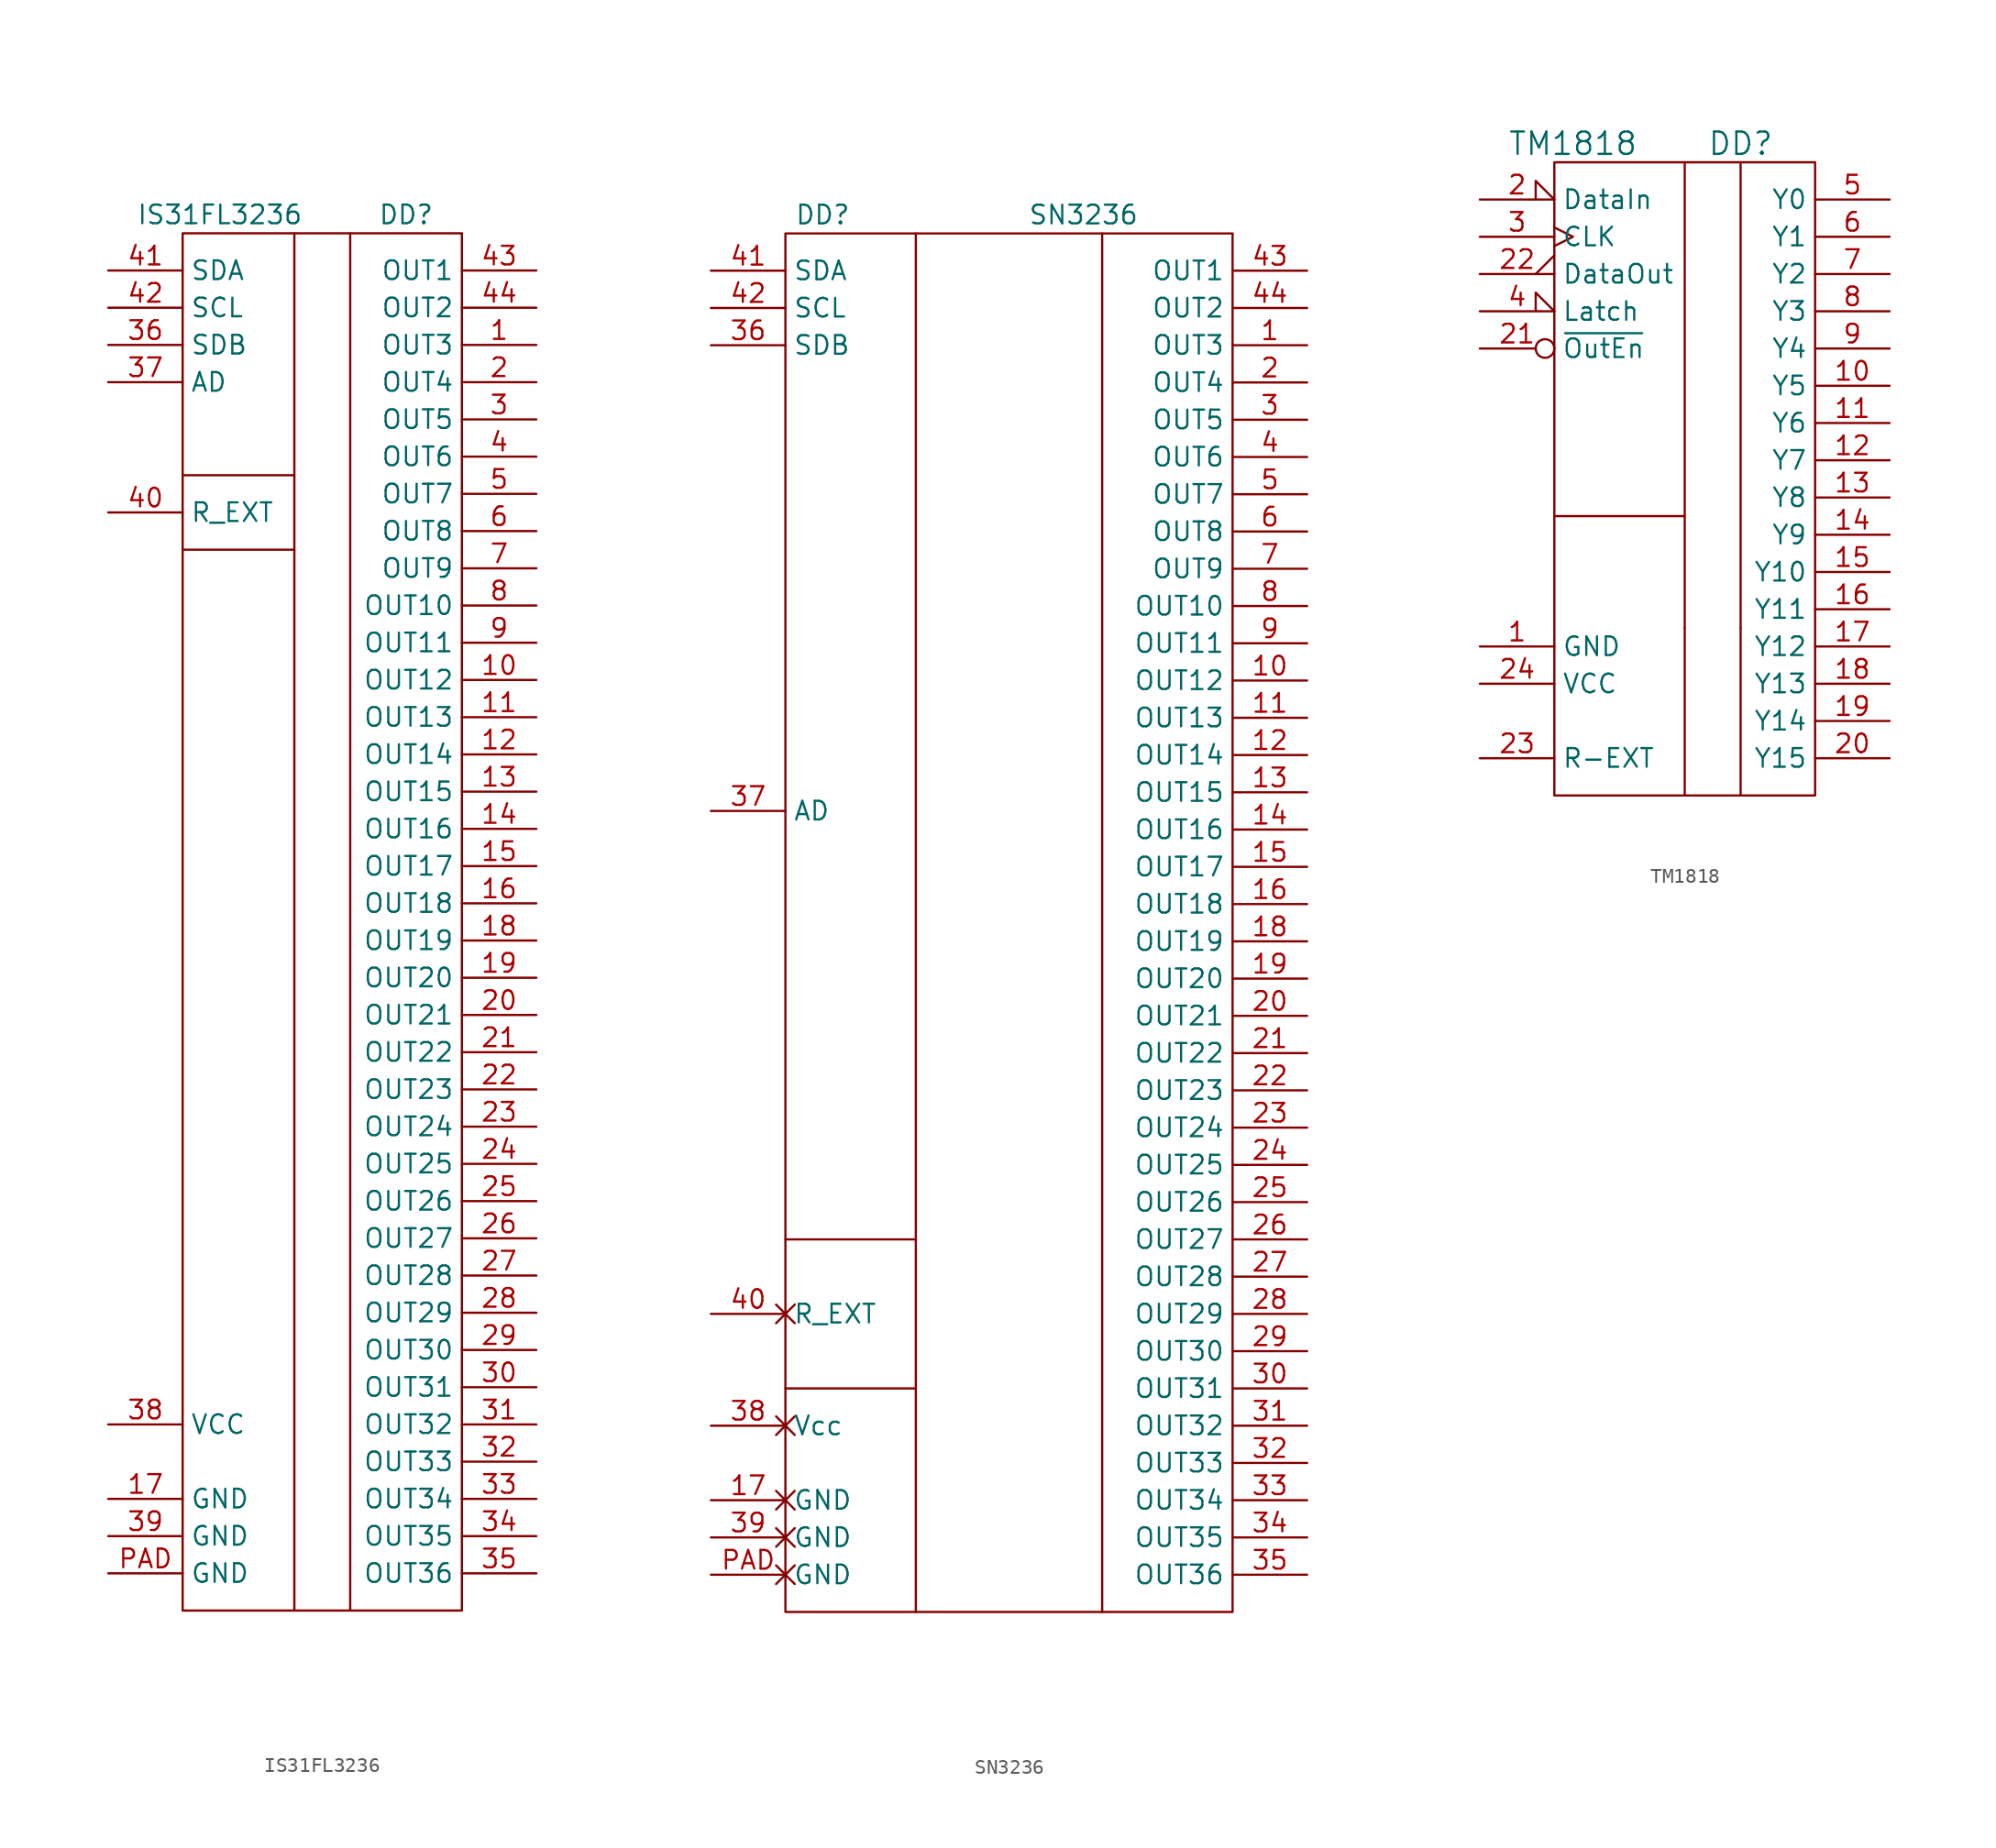
<source format=kicad_sym>
(kicad_symbol_lib
  (version 20231120)
  (generator "kicad_symbol_editor")
  (generator_version "8.0")
  (symbol "IS31FL3236"
    (property "Reference" "DD"
      (at 6.35 45.72 0)
      (effects (font (size 1.27 1.27))))
    (property "Value" "IS31FL3236"
      (at -6.35 45.72 0)
      (effects (font (size 1.27 1.27))))
    (symbol "IS31FL3236_0_1"
      (rectangle (start -8.89 44.45) (end 10.16 -49.53) (stroke (width 0) (type default)) (fill (type none)))
      (polyline (pts (xy -8.89 22.86) (xy -1.27 22.86)) (stroke (width 0) (type default)) (fill (type none)))
      (polyline (pts (xy -8.89 27.94) (xy -1.27 27.94)) (stroke (width 0) (type default)) (fill (type none)))
      (polyline (pts (xy -1.27 44.45) (xy -1.27 -49.53)) (stroke (width 0) (type default)) (fill (type none)))
      (polyline (pts (xy 2.54 -49.53) (xy 2.54 44.45)) (stroke (width 0) (type default)) (fill (type none))))
    (symbol "IS31FL3236_1_1"
      (pin passive line (at 15.24 36.83 180) (length 5.08) (name "OUT3" (effects (font (size 1.27 1.27)))) (number "1" (effects (font (size 1.27 1.27)))))
      (pin passive line (at 15.24 13.97 180) (length 5.08) (name "OUT12" (effects (font (size 1.27 1.27)))) (number "10" (effects (font (size 1.27 1.27)))))
      (pin passive line (at 15.24 11.43 180) (length 5.08) (name "OUT13" (effects (font (size 1.27 1.27)))) (number "11" (effects (font (size 1.27 1.27)))))
      (pin passive line (at 15.24 8.89 180) (length 5.08) (name "OUT14" (effects (font (size 1.27 1.27)))) (number "12" (effects (font (size 1.27 1.27)))))
      (pin passive line (at 15.24 6.35 180) (length 5.08) (name "OUT15" (effects (font (size 1.27 1.27)))) (number "13" (effects (font (size 1.27 1.27)))))
      (pin passive line (at 15.24 3.81 180) (length 5.08) (name "OUT16" (effects (font (size 1.27 1.27)))) (number "14" (effects (font (size 1.27 1.27)))))
      (pin passive line (at 15.24 1.27 180) (length 5.08) (name "OUT17" (effects (font (size 1.27 1.27)))) (number "15" (effects (font (size 1.27 1.27)))))
      (pin passive line (at 15.24 -1.27 180) (length 5.08) (name "OUT18" (effects (font (size 1.27 1.27)))) (number "16" (effects (font (size 1.27 1.27)))))
      (pin power_in line (at -13.97 -41.91 0) (length 5.08) (name "GND" (effects (font (size 1.27 1.27)))) (number "17" (effects (font (size 1.27 1.27)))))
      (pin passive line (at 15.24 -3.81 180) (length 5.08) (name "OUT19" (effects (font (size 1.27 1.27)))) (number "18" (effects (font (size 1.27 1.27)))))
      (pin passive line (at 15.24 -6.35 180) (length 5.08) (name "OUT20" (effects (font (size 1.27 1.27)))) (number "19" (effects (font (size 1.27 1.27)))))
      (pin passive line (at 15.24 34.29 180) (length 5.08) (name "OUT4" (effects (font (size 1.27 1.27)))) (number "2" (effects (font (size 1.27 1.27)))))
      (pin passive line (at 15.24 -8.89 180) (length 5.08) (name "OUT21" (effects (font (size 1.27 1.27)))) (number "20" (effects (font (size 1.27 1.27)))))
      (pin passive line (at 15.24 -11.43 180) (length 5.08) (name "OUT22" (effects (font (size 1.27 1.27)))) (number "21" (effects (font (size 1.27 1.27)))))
      (pin passive line (at 15.24 -13.97 180) (length 5.08) (name "OUT23" (effects (font (size 1.27 1.27)))) (number "22" (effects (font (size 1.27 1.27)))))
      (pin passive line (at 15.24 -16.51 180) (length 5.08) (name "OUT24" (effects (font (size 1.27 1.27)))) (number "23" (effects (font (size 1.27 1.27)))))
      (pin passive line (at 15.24 -19.05 180) (length 5.08) (name "OUT25" (effects (font (size 1.27 1.27)))) (number "24" (effects (font (size 1.27 1.27)))))
      (pin passive line (at 15.24 -21.59 180) (length 5.08) (name "OUT26" (effects (font (size 1.27 1.27)))) (number "25" (effects (font (size 1.27 1.27)))))
      (pin passive line (at 15.24 -24.13 180) (length 5.08) (name "OUT27" (effects (font (size 1.27 1.27)))) (number "26" (effects (font (size 1.27 1.27)))))
      (pin passive line (at 15.24 -26.67 180) (length 5.08) (name "OUT28" (effects (font (size 1.27 1.27)))) (number "27" (effects (font (size 1.27 1.27)))))
      (pin passive line (at 15.24 -29.21 180) (length 5.08) (name "OUT29" (effects (font (size 1.27 1.27)))) (number "28" (effects (font (size 1.27 1.27)))))
      (pin passive line (at 15.24 -31.75 180) (length 5.08) (name "OUT30" (effects (font (size 1.27 1.27)))) (number "29" (effects (font (size 1.27 1.27)))))
      (pin passive line (at 15.24 31.75 180) (length 5.08) (name "OUT5" (effects (font (size 1.27 1.27)))) (number "3" (effects (font (size 1.27 1.27)))))
      (pin passive line (at 15.24 -34.29 180) (length 5.08) (name "OUT31" (effects (font (size 1.27 1.27)))) (number "30" (effects (font (size 1.27 1.27)))))
      (pin passive line (at 15.24 -36.83 180) (length 5.08) (name "OUT32" (effects (font (size 1.27 1.27)))) (number "31" (effects (font (size 1.27 1.27)))))
      (pin passive line (at 15.24 -39.37 180) (length 5.08) (name "OUT33" (effects (font (size 1.27 1.27)))) (number "32" (effects (font (size 1.27 1.27)))))
      (pin passive line (at 15.24 -41.91 180) (length 5.08) (name "OUT34" (effects (font (size 1.27 1.27)))) (number "33" (effects (font (size 1.27 1.27)))))
      (pin passive line (at 15.24 -44.45 180) (length 5.08) (name "OUT35" (effects (font (size 1.27 1.27)))) (number "34" (effects (font (size 1.27 1.27)))))
      (pin passive line (at 15.24 -46.99 180) (length 5.08) (name "OUT36" (effects (font (size 1.27 1.27)))) (number "35" (effects (font (size 1.27 1.27)))))
      (pin passive line (at -13.97 36.83 0) (length 5.08) (name "SDB" (effects (font (size 1.27 1.27)))) (number "36" (effects (font (size 1.27 1.27)))))
      (pin passive line (at -13.97 34.29 0) (length 5.08) (name "AD" (effects (font (size 1.27 1.27)))) (number "37" (effects (font (size 1.27 1.27)))))
      (pin power_in line (at -13.97 -36.83 0) (length 5.08) (name "VCC" (effects (font (size 1.27 1.27)))) (number "38" (effects (font (size 1.27 1.27)))))
      (pin power_in line (at -13.97 -44.45 0) (length 5.08) (name "GND" (effects (font (size 1.27 1.27)))) (number "39" (effects (font (size 1.27 1.27)))))
      (pin passive line (at 15.24 29.21 180) (length 5.08) (name "OUT6" (effects (font (size 1.27 1.27)))) (number "4" (effects (font (size 1.27 1.27)))))
      (pin passive line (at -13.97 25.4 0) (length 5.08) (name "R_EXT" (effects (font (size 1.27 1.27)))) (number "40" (effects (font (size 1.27 1.27)))))
      (pin passive line (at -13.97 41.91 0) (length 5.08) (name "SDA" (effects (font (size 1.27 1.27)))) (number "41" (effects (font (size 1.27 1.27)))))
      (pin passive line (at -13.97 39.37 0) (length 5.08) (name "SCL" (effects (font (size 1.27 1.27)))) (number "42" (effects (font (size 1.27 1.27)))))
      (pin passive line (at 15.24 41.91 180) (length 5.08) (name "OUT1" (effects (font (size 1.27 1.27)))) (number "43" (effects (font (size 1.27 1.27)))))
      (pin passive line (at 15.24 39.37 180) (length 5.08) (name "OUT2" (effects (font (size 1.27 1.27)))) (number "44" (effects (font (size 1.27 1.27)))))
      (pin passive line (at 15.24 26.67 180) (length 5.08) (name "OUT7" (effects (font (size 1.27 1.27)))) (number "5" (effects (font (size 1.27 1.27)))))
      (pin passive line (at 15.24 24.13 180) (length 5.08) (name "OUT8" (effects (font (size 1.27 1.27)))) (number "6" (effects (font (size 1.27 1.27)))))
      (pin passive line (at 15.24 21.59 180) (length 5.08) (name "OUT9" (effects (font (size 1.27 1.27)))) (number "7" (effects (font (size 1.27 1.27)))))
      (pin passive line (at 15.24 19.05 180) (length 5.08) (name "OUT10" (effects (font (size 1.27 1.27)))) (number "8" (effects (font (size 1.27 1.27)))))
      (pin passive line (at 15.24 16.51 180) (length 5.08) (name "OUT11" (effects (font (size 1.27 1.27)))) (number "9" (effects (font (size 1.27 1.27)))))
      (pin power_in line (at -13.97 -46.99 0) (length 5.08) (name "GND" (effects (font (size 1.27 1.27)))) (number "PAD" (effects (font (size 1.27 1.27)))))))
  (symbol "SN3236"
    (property "Reference" "DD"
      (at -12.7 41.91 0)
      (effects (font (size 1.27 1.27))))
    (property "Value" "SN3236"
      (at 5.08 41.91 0)
      (effects (font (size 1.27 1.27))))
    (symbol "SN3236_0_1"
      (polyline (pts (xy -15.24 -38.1) (xy -6.35 -38.1)) (stroke (width 0) (type default)) (fill (type none)))
      (polyline (pts (xy -15.24 -27.94) (xy -6.35 -27.94)) (stroke (width 0) (type default)) (fill (type none)))
      (polyline (pts (xy -6.35 -53.34) (xy -6.35 40.64)) (stroke (width 0) (type default)) (fill (type none)))
      (polyline (pts (xy 6.35 -53.34) (xy 6.35 40.64)) (stroke (width 0) (type default)) (fill (type none)))
      (rectangle (start 15.24 40.64) (end -15.24 -53.34) (stroke (width 0) (type default)) (fill (type none))))
    (symbol "SN3236_1_1"
      (pin passive line (at 20.32 33.02 180) (length 5.08) (name "OUT3" (effects (font (size 1.27 1.27)))) (number "1" (effects (font (size 1.27 1.27)))))
      (pin passive line (at 20.32 10.16 180) (length 5.08) (name "OUT12" (effects (font (size 1.27 1.27)))) (number "10" (effects (font (size 1.27 1.27)))))
      (pin passive line (at 20.32 7.62 180) (length 5.08) (name "OUT13" (effects (font (size 1.27 1.27)))) (number "11" (effects (font (size 1.27 1.27)))))
      (pin passive line (at 20.32 5.08 180) (length 5.08) (name "OUT14" (effects (font (size 1.27 1.27)))) (number "12" (effects (font (size 1.27 1.27)))))
      (pin passive line (at 20.32 2.54 180) (length 5.08) (name "OUT15" (effects (font (size 1.27 1.27)))) (number "13" (effects (font (size 1.27 1.27)))))
      (pin passive line (at 20.32 0 180) (length 5.08) (name "OUT16" (effects (font (size 1.27 1.27)))) (number "14" (effects (font (size 1.27 1.27)))))
      (pin passive line (at 20.32 -2.54 180) (length 5.08) (name "OUT17" (effects (font (size 1.27 1.27)))) (number "15" (effects (font (size 1.27 1.27)))))
      (pin passive line (at 20.32 -5.08 180) (length 5.08) (name "OUT18" (effects (font (size 1.27 1.27)))) (number "16" (effects (font (size 1.27 1.27)))))
      (pin power_in non_logic (at -20.32 -45.72 0) (length 5.08) (name "GND" (effects (font (size 1.27 1.27)))) (number "17" (effects (font (size 1.27 1.27)))))
      (pin passive line (at 20.32 -7.62 180) (length 5.08) (name "OUT19" (effects (font (size 1.27 1.27)))) (number "18" (effects (font (size 1.27 1.27)))))
      (pin passive line (at 20.32 -10.16 180) (length 5.08) (name "OUT20" (effects (font (size 1.27 1.27)))) (number "19" (effects (font (size 1.27 1.27)))))
      (pin passive line (at 20.32 30.48 180) (length 5.08) (name "OUT4" (effects (font (size 1.27 1.27)))) (number "2" (effects (font (size 1.27 1.27)))))
      (pin passive line (at 20.32 -12.7 180) (length 5.08) (name "OUT21" (effects (font (size 1.27 1.27)))) (number "20" (effects (font (size 1.27 1.27)))))
      (pin passive line (at 20.32 -15.24 180) (length 5.08) (name "OUT22" (effects (font (size 1.27 1.27)))) (number "21" (effects (font (size 1.27 1.27)))))
      (pin passive line (at 20.32 -17.78 180) (length 5.08) (name "OUT23" (effects (font (size 1.27 1.27)))) (number "22" (effects (font (size 1.27 1.27)))))
      (pin passive line (at 20.32 -20.32 180) (length 5.08) (name "OUT24" (effects (font (size 1.27 1.27)))) (number "23" (effects (font (size 1.27 1.27)))))
      (pin passive line (at 20.32 -22.86 180) (length 5.08) (name "OUT25" (effects (font (size 1.27 1.27)))) (number "24" (effects (font (size 1.27 1.27)))))
      (pin passive line (at 20.32 -25.4 180) (length 5.08) (name "OUT26" (effects (font (size 1.27 1.27)))) (number "25" (effects (font (size 1.27 1.27)))))
      (pin passive line (at 20.32 -27.94 180) (length 5.08) (name "OUT27" (effects (font (size 1.27 1.27)))) (number "26" (effects (font (size 1.27 1.27)))))
      (pin passive line (at 20.32 -30.48 180) (length 5.08) (name "OUT28" (effects (font (size 1.27 1.27)))) (number "27" (effects (font (size 1.27 1.27)))))
      (pin passive line (at 20.32 -33.02 180) (length 5.08) (name "OUT29" (effects (font (size 1.27 1.27)))) (number "28" (effects (font (size 1.27 1.27)))))
      (pin passive line (at 20.32 -35.56 180) (length 5.08) (name "OUT30" (effects (font (size 1.27 1.27)))) (number "29" (effects (font (size 1.27 1.27)))))
      (pin passive line (at 20.32 27.94 180) (length 5.08) (name "OUT5" (effects (font (size 1.27 1.27)))) (number "3" (effects (font (size 1.27 1.27)))))
      (pin passive line (at 20.32 -38.1 180) (length 5.08) (name "OUT31" (effects (font (size 1.27 1.27)))) (number "30" (effects (font (size 1.27 1.27)))))
      (pin passive line (at 20.32 -40.64 180) (length 5.08) (name "OUT32" (effects (font (size 1.27 1.27)))) (number "31" (effects (font (size 1.27 1.27)))))
      (pin passive line (at 20.32 -43.18 180) (length 5.08) (name "OUT33" (effects (font (size 1.27 1.27)))) (number "32" (effects (font (size 1.27 1.27)))))
      (pin passive line (at 20.32 -45.72 180) (length 5.08) (name "OUT34" (effects (font (size 1.27 1.27)))) (number "33" (effects (font (size 1.27 1.27)))))
      (pin passive line (at 20.32 -48.26 180) (length 5.08) (name "OUT35" (effects (font (size 1.27 1.27)))) (number "34" (effects (font (size 1.27 1.27)))))
      (pin passive line (at 20.32 -50.8 180) (length 5.08) (name "OUT36" (effects (font (size 1.27 1.27)))) (number "35" (effects (font (size 1.27 1.27)))))
      (pin passive line (at -20.32 33.02 0) (length 5.08) (name "SDB" (effects (font (size 1.27 1.27)))) (number "36" (effects (font (size 1.27 1.27)))))
      (pin passive line (at -20.32 1.27 0) (length 5.08) (name "AD" (effects (font (size 1.27 1.27)))) (number "37" (effects (font (size 1.27 1.27)))))
      (pin power_in non_logic (at -20.32 -40.64 0) (length 5.08) (name "Vcc" (effects (font (size 1.27 1.27)))) (number "38" (effects (font (size 1.27 1.27)))))
      (pin power_in non_logic (at -20.32 -48.26 0) (length 5.08) (name "GND" (effects (font (size 1.27 1.27)))) (number "39" (effects (font (size 1.27 1.27)))))
      (pin passive line (at 20.32 25.4 180) (length 5.08) (name "OUT6" (effects (font (size 1.27 1.27)))) (number "4" (effects (font (size 1.27 1.27)))))
      (pin passive non_logic (at -20.32 -33.02 0) (length 5.08) (name "R_EXT" (effects (font (size 1.27 1.27)))) (number "40" (effects (font (size 1.27 1.27)))))
      (pin passive line (at -20.32 38.1 0) (length 5.08) (name "SDA" (effects (font (size 1.27 1.27)))) (number "41" (effects (font (size 1.27 1.27)))))
      (pin passive line (at -20.32 35.56 0) (length 5.08) (name "SCL" (effects (font (size 1.27 1.27)))) (number "42" (effects (font (size 1.27 1.27)))))
      (pin passive line (at 20.32 38.1 180) (length 5.08) (name "OUT1" (effects (font (size 1.27 1.27)))) (number "43" (effects (font (size 1.27 1.27)))))
      (pin passive line (at 20.32 35.56 180) (length 5.08) (name "OUT2" (effects (font (size 1.27 1.27)))) (number "44" (effects (font (size 1.27 1.27)))))
      (pin passive line (at 20.32 22.86 180) (length 5.08) (name "OUT7" (effects (font (size 1.27 1.27)))) (number "5" (effects (font (size 1.27 1.27)))))
      (pin passive line (at 20.32 20.32 180) (length 5.08) (name "OUT8" (effects (font (size 1.27 1.27)))) (number "6" (effects (font (size 1.27 1.27)))))
      (pin passive line (at 20.32 17.78 180) (length 5.08) (name "OUT9" (effects (font (size 1.27 1.27)))) (number "7" (effects (font (size 1.27 1.27)))))
      (pin passive line (at 20.32 15.24 180) (length 5.08) (name "OUT10" (effects (font (size 1.27 1.27)))) (number "8" (effects (font (size 1.27 1.27)))))
      (pin passive line (at 20.32 12.7 180) (length 5.08) (name "OUT11" (effects (font (size 1.27 1.27)))) (number "9" (effects (font (size 1.27 1.27)))))
      (pin power_in non_logic (at -20.32 -50.8 0) (length 5.08) (name "GND" (effects (font (size 1.27 1.27)))) (number "PAD" (effects (font (size 1.27 1.27)))))))
  (symbol "TM1818"
    (property "Reference" "DD"
      (at 3.81 21.59 0)
      (effects (font (size 1.524 1.524))))
    (property "Value" "TM1818"
      (at -7.62 21.59 0)
      (effects (font (size 1.524 1.524))))
    (property "Footprint" ""
      (at 0 0 0)
      (effects (font (size 1.524 1.524))))
    (property "Datasheet" ""
      (at 0 0 0)
      (effects (font (size 1.524 1.524))))
    (symbol "TM1818_0_1"
      (rectangle (start -8.89 20.32) (end 8.89 -22.86) (stroke (width 0) (type default)) (fill (type none)))
      (polyline (pts (xy 0 -11.43) (xy 0 -22.86)) (stroke (width 0) (type default)) (fill (type none)))
      (polyline (pts (xy 3.81 -11.43) (xy 3.81 -22.86)) (stroke (width 0) (type default)) (fill (type none)))
      (polyline (pts (xy -8.89 -3.81) (xy 0 -3.81) (xy 0 -3.81)) (stroke (width 0) (type default)) (fill (type none)))
      (polyline (pts (xy 0 20.32) (xy 0 -11.43) (xy 0 -11.43)) (stroke (width 0) (type default)) (fill (type none)))
      (polyline (pts (xy 3.81 20.32) (xy 3.81 -11.43) (xy 3.81 -11.43)) (stroke (width 0) (type default)) (fill (type none))))
    (symbol "TM1818_1_1"
      (pin power_in line (at -13.97 -12.7 0) (length 5.08) (name "GND" (effects (font (size 1.27 1.27)))) (number "1" (effects (font (size 1.27 1.27)))))
      (pin passive line (at 13.97 5.08 180) (length 5.08) (name "Y5" (effects (font (size 1.27 1.27)))) (number "10" (effects (font (size 1.27 1.27)))))
      (pin passive line (at 13.97 2.54 180) (length 5.08) (name "Y6" (effects (font (size 1.27 1.27)))) (number "11" (effects (font (size 1.27 1.27)))))
      (pin passive line (at 13.97 0 180) (length 5.08) (name "Y7" (effects (font (size 1.27 1.27)))) (number "12" (effects (font (size 1.27 1.27)))))
      (pin passive line (at 13.97 -2.54 180) (length 5.08) (name "Y8" (effects (font (size 1.27 1.27)))) (number "13" (effects (font (size 1.27 1.27)))))
      (pin passive line (at 13.97 -5.08 180) (length 5.08) (name "Y9" (effects (font (size 1.27 1.27)))) (number "14" (effects (font (size 1.27 1.27)))))
      (pin passive line (at 13.97 -7.62 180) (length 5.08) (name "Y10" (effects (font (size 1.27 1.27)))) (number "15" (effects (font (size 1.27 1.27)))))
      (pin passive line (at 13.97 -10.16 180) (length 5.08) (name "Y11" (effects (font (size 1.27 1.27)))) (number "16" (effects (font (size 1.27 1.27)))))
      (pin passive line (at 13.97 -12.7 180) (length 5.08) (name "Y12" (effects (font (size 1.27 1.27)))) (number "17" (effects (font (size 1.27 1.27)))))
      (pin passive line (at 13.97 -15.24 180) (length 5.08) (name "Y13" (effects (font (size 1.27 1.27)))) (number "18" (effects (font (size 1.27 1.27)))))
      (pin passive line (at 13.97 -17.78 180) (length 5.08) (name "Y14" (effects (font (size 1.27 1.27)))) (number "19" (effects (font (size 1.27 1.27)))))
      (pin passive input_low (at -13.97 17.78 0) (length 5.08) (name "DataIn" (effects (font (size 1.27 1.27)))) (number "2" (effects (font (size 1.27 1.27)))))
      (pin passive line (at 13.97 -20.32 180) (length 5.08) (name "Y15" (effects (font (size 1.27 1.27)))) (number "20" (effects (font (size 1.27 1.27)))))
      (pin passive inverted (at -13.97 7.62 0) (length 5.08) (name "~{OutEn}" (effects (font (size 1.27 1.27)))) (number "21" (effects (font (size 1.27 1.27)))))
      (pin passive output_low (at -13.97 12.7 0) (length 5.08) (name "DataOut" (effects (font (size 1.27 1.27)))) (number "22" (effects (font (size 1.27 1.27)))))
      (pin passive line (at -13.97 -20.32 0) (length 5.08) (name "R-EXT" (effects (font (size 1.27 1.27)))) (number "23" (effects (font (size 1.27 1.27)))))
      (pin power_in line (at -13.97 -15.24 0) (length 5.08) (name "VCC" (effects (font (size 1.27 1.27)))) (number "24" (effects (font (size 1.27 1.27)))))
      (pin passive clock (at -13.97 15.24 0) (length 5.08) (name "CLK" (effects (font (size 1.27 1.27)))) (number "3" (effects (font (size 1.27 1.27)))))
      (pin passive input_low (at -13.97 10.16 0) (length 5.08) (name "Latch" (effects (font (size 1.27 1.27)))) (number "4" (effects (font (size 1.27 1.27)))))
      (pin passive line (at 13.97 17.78 180) (length 5.08) (name "Y0" (effects (font (size 1.27 1.27)))) (number "5" (effects (font (size 1.27 1.27)))))
      (pin passive line (at 13.97 15.24 180) (length 5.08) (name "Y1" (effects (font (size 1.27 1.27)))) (number "6" (effects (font (size 1.27 1.27)))))
      (pin passive line (at 13.97 12.7 180) (length 5.08) (name "Y2" (effects (font (size 1.27 1.27)))) (number "7" (effects (font (size 1.27 1.27)))))
      (pin passive line (at 13.97 10.16 180) (length 5.08) (name "Y3" (effects (font (size 1.27 1.27)))) (number "8" (effects (font (size 1.27 1.27)))))
      (pin passive line (at 13.97 7.62 180) (length 5.08) (name "Y4" (effects (font (size 1.27 1.27)))) (number "9" (effects (font (size 1.27 1.27))))))))
</source>
